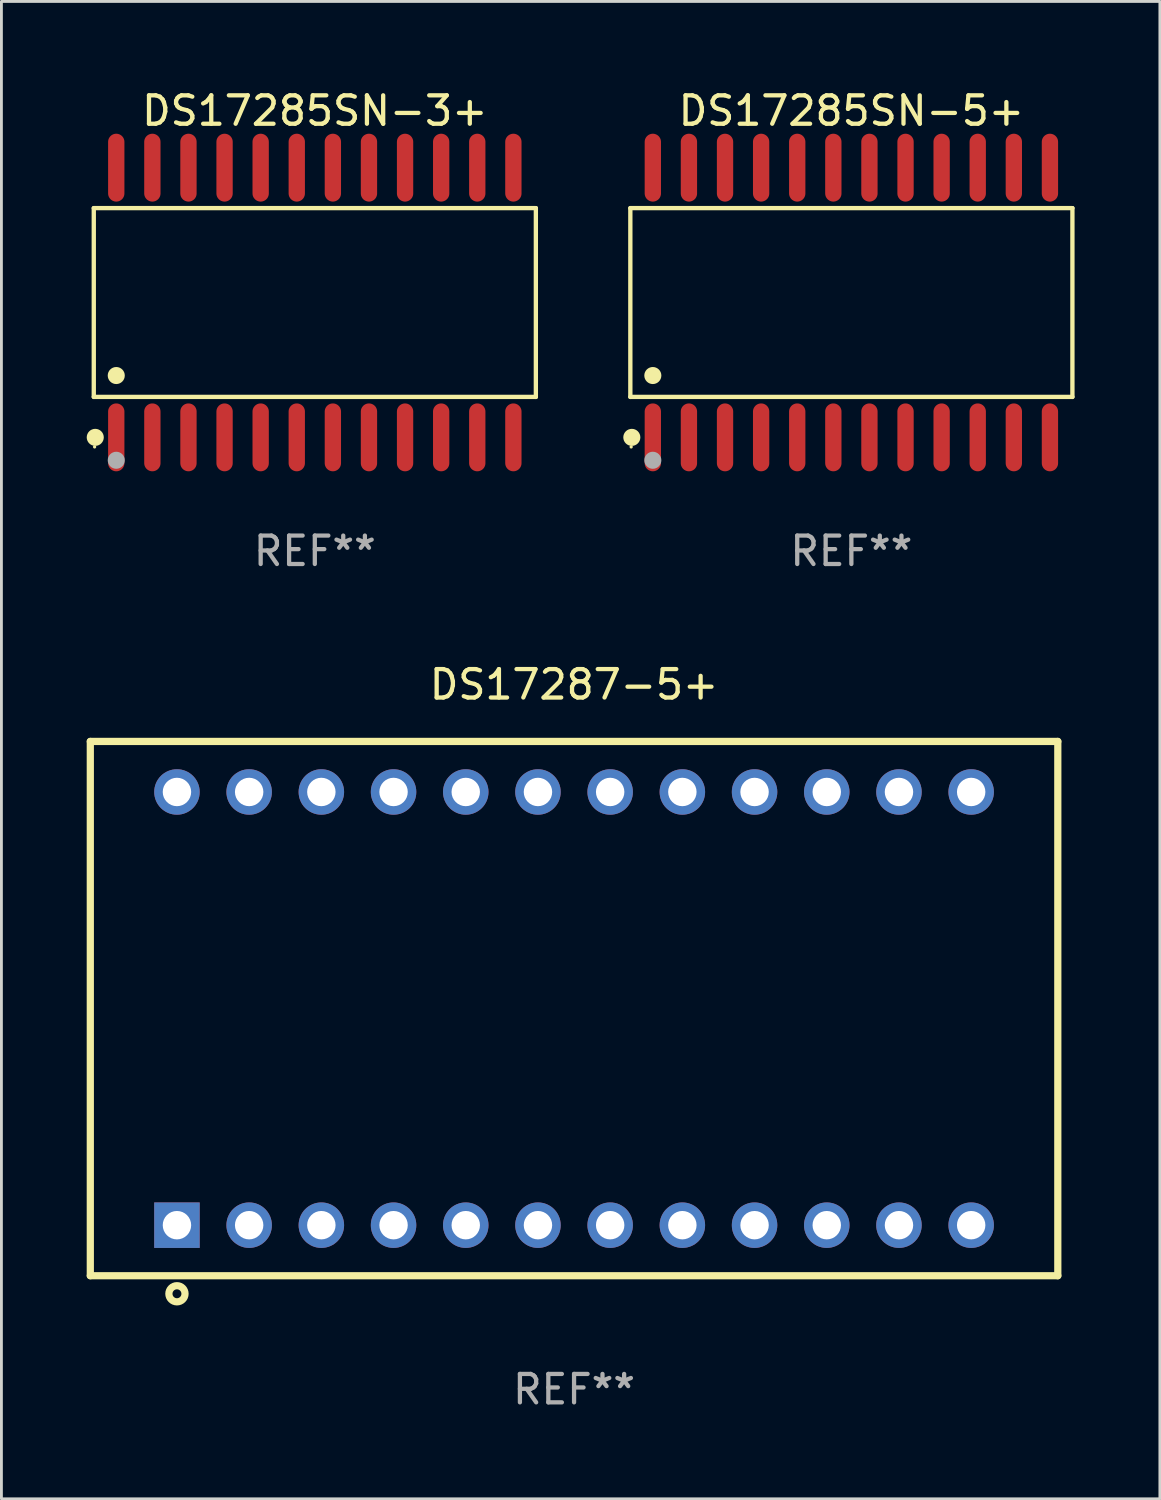
<source format=kicad_pcb>
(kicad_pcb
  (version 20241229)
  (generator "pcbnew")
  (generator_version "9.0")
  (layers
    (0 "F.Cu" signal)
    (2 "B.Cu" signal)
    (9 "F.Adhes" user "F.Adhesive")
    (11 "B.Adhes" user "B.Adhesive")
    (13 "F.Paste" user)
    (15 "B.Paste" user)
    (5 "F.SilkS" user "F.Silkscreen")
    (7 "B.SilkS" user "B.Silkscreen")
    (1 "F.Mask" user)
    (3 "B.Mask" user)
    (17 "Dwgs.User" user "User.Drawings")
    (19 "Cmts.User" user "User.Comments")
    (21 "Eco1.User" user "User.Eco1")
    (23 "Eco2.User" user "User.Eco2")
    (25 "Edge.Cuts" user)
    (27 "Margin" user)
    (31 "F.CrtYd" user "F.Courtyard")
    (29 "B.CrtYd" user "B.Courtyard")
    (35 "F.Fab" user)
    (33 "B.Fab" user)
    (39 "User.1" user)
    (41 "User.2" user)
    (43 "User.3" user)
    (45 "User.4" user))
  (footprint "DS17285SN-3+"
    (layer "F.Cu")
    (at 8.025 7.592)
    (property "Reference" "DS17285SN-3+" (at 0 -6.744 0) (layer "F.SilkS") (effects (font (size 1 1) (thickness 0.15))))
    (attr through_hole)
    (fp_line (start -7.776 -3.321) (end 7.776 -3.321) (stroke (width 0.152) (type solid)) (layer "F.SilkS"))
    (fp_line (start -7.776 3.321) (end -7.776 -3.321) (stroke (width 0.152) (type solid)) (layer "F.SilkS"))
    (fp_line (start 7.776 -3.321) (end 7.776 3.321) (stroke (width 0.152) (type solid)) (layer "F.SilkS"))
    (fp_line (start 7.776 3.321) (end -7.776 3.321) (stroke (width 0.152) (type solid)) (layer "F.SilkS"))
    (fp_circle (center -7.747 5.08) (end -7.717 5.08) (stroke (width 0.06) (type solid)) (fill no) (layer "F.SilkS"))
    (fp_circle (center -7.724 4.744) (end -7.574 4.744) (stroke (width 0.3) (type solid)) (fill no) (layer "F.SilkS"))
    (fp_circle (center -6.985 2.569) (end -6.835 2.569) (stroke (width 0.3) (type solid)) (fill no) (layer "F.SilkS"))
    (fp_circle (center -6.985 5.55) (end -6.835 5.55) (stroke (width 0.3) (type solid)) (fill no) (layer "F.Fab"))
    (fp_text user "REF**" (at 0 8.744 0) (layer "F.Fab") (effects (font (size 1 1) (thickness 0.15))))
    (pad "1" smd oval (at -6.985 4.744) (size 0.574 2.388) (layers "F.Cu" "F.Mask" "F.Paste"))
    (pad "2" smd oval (at -5.715 4.744) (size 0.574 2.388) (layers "F.Cu" "F.Mask" "F.Paste"))
    (pad "3" smd oval (at -4.445 4.744) (size 0.574 2.388) (layers "F.Cu" "F.Mask" "F.Paste"))
    (pad "4" smd oval (at -3.175 4.744) (size 0.574 2.388) (layers "F.Cu" "F.Mask" "F.Paste"))
    (pad "5" smd oval (at -1.905 4.744) (size 0.574 2.388) (layers "F.Cu" "F.Mask" "F.Paste"))
    (pad "6" smd oval (at -0.635 4.744) (size 0.574 2.388) (layers "F.Cu" "F.Mask" "F.Paste"))
    (pad "7" smd oval (at 0.635 4.744) (size 0.574 2.388) (layers "F.Cu" "F.Mask" "F.Paste"))
    (pad "8" smd oval (at 1.905 4.744) (size 0.574 2.388) (layers "F.Cu" "F.Mask" "F.Paste"))
    (pad "9" smd oval (at 3.175 4.744) (size 0.574 2.388) (layers "F.Cu" "F.Mask" "F.Paste"))
    (pad "10" smd oval (at 4.445 4.744) (size 0.574 2.388) (layers "F.Cu" "F.Mask" "F.Paste"))
    (pad "11" smd oval (at 5.715 4.744) (size 0.574 2.388) (layers "F.Cu" "F.Mask" "F.Paste"))
    (pad "12" smd oval (at 6.985 4.744) (size 0.574 2.388) (layers "F.Cu" "F.Mask" "F.Paste"))
    (pad "13" smd oval (at 6.985 -4.744) (size 0.574 2.388) (layers "F.Cu" "F.Mask" "F.Paste"))
    (pad "14" smd oval (at 5.715 -4.744) (size 0.574 2.388) (layers "F.Cu" "F.Mask" "F.Paste"))
    (pad "15" smd oval (at 4.445 -4.744) (size 0.574 2.388) (layers "F.Cu" "F.Mask" "F.Paste"))
    (pad "16" smd oval (at 3.175 -4.744) (size 0.574 2.388) (layers "F.Cu" "F.Mask" "F.Paste"))
    (pad "17" smd oval (at 1.905 -4.744) (size 0.574 2.388) (layers "F.Cu" "F.Mask" "F.Paste"))
    (pad "18" smd oval (at 0.635 -4.744) (size 0.574 2.388) (layers "F.Cu" "F.Mask" "F.Paste"))
    (pad "19" smd oval (at -0.635 -4.744) (size 0.574 2.388) (layers "F.Cu" "F.Mask" "F.Paste"))
    (pad "20" smd oval (at -1.905 -4.744) (size 0.574 2.388) (layers "F.Cu" "F.Mask" "F.Paste"))
    (pad "21" smd oval (at -3.175 -4.744) (size 0.574 2.388) (layers "F.Cu" "F.Mask" "F.Paste"))
    (pad "22" smd oval (at -4.445 -4.744) (size 0.574 2.388) (layers "F.Cu" "F.Mask" "F.Paste"))
    (pad "23" smd oval (at -5.715 -4.744) (size 0.574 2.388) (layers "F.Cu" "F.Mask" "F.Paste"))
    (pad "24" smd oval (at -6.985 -4.744) (size 0.574 2.388) (layers "F.Cu" "F.Mask" "F.Paste")))
  (footprint "DS17287-5+"
    (layer "F.Cu")
    (at 17.145 32.431)
    (property "Reference" "DS17287-5+" (at 0 -11.398 0) (layer "F.SilkS") (effects (font (size 1 1) (thickness 0.15))))
    (attr through_hole)
    (fp_line (start -17.018 -9.398) (end -17.018 9.398) (stroke (width 0.254) (type solid)) (layer "F.SilkS"))
    (fp_line (start -17.018 -9.398) (end 17.018 -9.398) (stroke (width 0.254) (type solid)) (layer "F.SilkS"))
    (fp_line (start -17.018 9.398) (end 17.018 9.398) (stroke (width 0.254) (type solid)) (layer "F.SilkS"))
    (fp_line (start 17.018 -9.398) (end 17.018 9.398) (stroke (width 0.254) (type solid)) (layer "F.SilkS"))
    (fp_circle (center -13.97 10.033) (end -13.686 10.033) (stroke (width 0.254) (type solid)) (fill no) (layer "F.SilkS"))
    (fp_text user "REF**" (at 0 13.398 0) (layer "F.Fab") (effects (font (size 1 1) (thickness 0.15))))
    (pad "1" thru_hole rect (at -13.97 7.62) (size 1.6 1.6) (drill 1) (layers "*.Cu" "*.Mask"))
    (pad "2" thru_hole circle (at -11.43 7.62) (size 1.6 1.6) (drill 1) (layers "*.Cu" "*.Mask"))
    (pad "3" thru_hole circle (at -8.89 7.62) (size 1.6 1.6) (drill 1) (layers "*.Cu" "*.Mask"))
    (pad "4" thru_hole circle (at -6.35 7.62) (size 1.6 1.6) (drill 1) (layers "*.Cu" "*.Mask"))
    (pad "5" thru_hole circle (at -3.81 7.62) (size 1.6 1.6) (drill 1) (layers "*.Cu" "*.Mask"))
    (pad "6" thru_hole circle (at -1.27 7.62) (size 1.6 1.6) (drill 1) (layers "*.Cu" "*.Mask"))
    (pad "7" thru_hole circle (at 1.27 7.62) (size 1.6 1.6) (drill 1) (layers "*.Cu" "*.Mask"))
    (pad "8" thru_hole circle (at 3.81 7.62) (size 1.6 1.6) (drill 1) (layers "*.Cu" "*.Mask"))
    (pad "9" thru_hole circle (at 6.35 7.62) (size 1.6 1.6) (drill 1) (layers "*.Cu" "*.Mask"))
    (pad "10" thru_hole circle (at 8.89 7.62) (size 1.6 1.6) (drill 1) (layers "*.Cu" "*.Mask"))
    (pad "11" thru_hole circle (at 11.43 7.62) (size 1.6 1.6) (drill 1) (layers "*.Cu" "*.Mask"))
    (pad "12" thru_hole circle (at 13.97 7.62) (size 1.6 1.6) (drill 1) (layers "*.Cu" "*.Mask"))
    (pad "13" thru_hole circle (at 13.97 -7.62) (size 1.6 1.6) (drill 1) (layers "*.Cu" "*.Mask"))
    (pad "14" thru_hole circle (at 11.43 -7.62) (size 1.6 1.6) (drill 1) (layers "*.Cu" "*.Mask"))
    (pad "15" thru_hole circle (at 8.89 -7.62) (size 1.6 1.6) (drill 1) (layers "*.Cu" "*.Mask"))
    (pad "16" thru_hole circle (at 6.35 -7.62) (size 1.6 1.6) (drill 1) (layers "*.Cu" "*.Mask"))
    (pad "17" thru_hole circle (at 3.81 -7.62) (size 1.6 1.6) (drill 1) (layers "*.Cu" "*.Mask"))
    (pad "18" thru_hole circle (at 1.27 -7.62) (size 1.6 1.6) (drill 1) (layers "*.Cu" "*.Mask"))
    (pad "19" thru_hole circle (at -1.27 -7.62) (size 1.6 1.6) (drill 1) (layers "*.Cu" "*.Mask"))
    (pad "20" thru_hole circle (at -3.81 -7.62) (size 1.6 1.6) (drill 1) (layers "*.Cu" "*.Mask"))
    (pad "21" thru_hole circle (at -6.35 -7.62) (size 1.6 1.6) (drill 1) (layers "*.Cu" "*.Mask"))
    (pad "22" thru_hole circle (at -8.89 -7.62) (size 1.6 1.6) (drill 1) (layers "*.Cu" "*.Mask"))
    (pad "23" thru_hole circle (at -11.43 -7.62) (size 1.6 1.6) (drill 1) (layers "*.Cu" "*.Mask"))
    (pad "24" thru_hole circle (at -13.97 -7.62) (size 1.6 1.6) (drill 1) (layers "*.Cu" "*.Mask")))
  (footprint "DS17285SN-5+"
    (layer "F.Cu")
    (at 26.901 7.592)
    (property "Reference" "DS17285SN-5+" (at 0 -6.744 0) (layer "F.SilkS") (effects (font (size 1 1) (thickness 0.15))))
    (attr through_hole)
    (fp_line (start -7.776 -3.321) (end 7.776 -3.321) (stroke (width 0.152) (type solid)) (layer "F.SilkS"))
    (fp_line (start -7.776 3.321) (end -7.776 -3.321) (stroke (width 0.152) (type solid)) (layer "F.SilkS"))
    (fp_line (start 7.776 -3.321) (end 7.776 3.321) (stroke (width 0.152) (type solid)) (layer "F.SilkS"))
    (fp_line (start 7.776 3.321) (end -7.776 3.321) (stroke (width 0.152) (type solid)) (layer "F.SilkS"))
    (fp_circle (center -7.747 5.08) (end -7.717 5.08) (stroke (width 0.06) (type solid)) (fill no) (layer "F.SilkS"))
    (fp_circle (center -7.724 4.744) (end -7.574 4.744) (stroke (width 0.3) (type solid)) (fill no) (layer "F.SilkS"))
    (fp_circle (center -6.985 2.569) (end -6.835 2.569) (stroke (width 0.3) (type solid)) (fill no) (layer "F.SilkS"))
    (fp_circle (center -6.985 5.55) (end -6.835 5.55) (stroke (width 0.3) (type solid)) (fill no) (layer "F.Fab"))
    (fp_text user "REF**" (at 0 8.744 0) (layer "F.Fab") (effects (font (size 1 1) (thickness 0.15))))
    (pad "1" smd oval (at -6.985 4.744) (size 0.574 2.388) (layers "F.Cu" "F.Mask" "F.Paste"))
    (pad "2" smd oval (at -5.715 4.744) (size 0.574 2.388) (layers "F.Cu" "F.Mask" "F.Paste"))
    (pad "3" smd oval (at -4.445 4.744) (size 0.574 2.388) (layers "F.Cu" "F.Mask" "F.Paste"))
    (pad "4" smd oval (at -3.175 4.744) (size 0.574 2.388) (layers "F.Cu" "F.Mask" "F.Paste"))
    (pad "5" smd oval (at -1.905 4.744) (size 0.574 2.388) (layers "F.Cu" "F.Mask" "F.Paste"))
    (pad "6" smd oval (at -0.635 4.744) (size 0.574 2.388) (layers "F.Cu" "F.Mask" "F.Paste"))
    (pad "7" smd oval (at 0.635 4.744) (size 0.574 2.388) (layers "F.Cu" "F.Mask" "F.Paste"))
    (pad "8" smd oval (at 1.905 4.744) (size 0.574 2.388) (layers "F.Cu" "F.Mask" "F.Paste"))
    (pad "9" smd oval (at 3.175 4.744) (size 0.574 2.388) (layers "F.Cu" "F.Mask" "F.Paste"))
    (pad "10" smd oval (at 4.445 4.744) (size 0.574 2.388) (layers "F.Cu" "F.Mask" "F.Paste"))
    (pad "11" smd oval (at 5.715 4.744) (size 0.574 2.388) (layers "F.Cu" "F.Mask" "F.Paste"))
    (pad "12" smd oval (at 6.985 4.744) (size 0.574 2.388) (layers "F.Cu" "F.Mask" "F.Paste"))
    (pad "13" smd oval (at 6.985 -4.744) (size 0.574 2.388) (layers "F.Cu" "F.Mask" "F.Paste"))
    (pad "14" smd oval (at 5.715 -4.744) (size 0.574 2.388) (layers "F.Cu" "F.Mask" "F.Paste"))
    (pad "15" smd oval (at 4.445 -4.744) (size 0.574 2.388) (layers "F.Cu" "F.Mask" "F.Paste"))
    (pad "16" smd oval (at 3.175 -4.744) (size 0.574 2.388) (layers "F.Cu" "F.Mask" "F.Paste"))
    (pad "17" smd oval (at 1.905 -4.744) (size 0.574 2.388) (layers "F.Cu" "F.Mask" "F.Paste"))
    (pad "18" smd oval (at 0.635 -4.744) (size 0.574 2.388) (layers "F.Cu" "F.Mask" "F.Paste"))
    (pad "19" smd oval (at -0.635 -4.744) (size 0.574 2.388) (layers "F.Cu" "F.Mask" "F.Paste"))
    (pad "20" smd oval (at -1.905 -4.744) (size 0.574 2.388) (layers "F.Cu" "F.Mask" "F.Paste"))
    (pad "21" smd oval (at -3.175 -4.744) (size 0.574 2.388) (layers "F.Cu" "F.Mask" "F.Paste"))
    (pad "22" smd oval (at -4.445 -4.744) (size 0.574 2.388) (layers "F.Cu" "F.Mask" "F.Paste"))
    (pad "23" smd oval (at -5.715 -4.744) (size 0.574 2.388) (layers "F.Cu" "F.Mask" "F.Paste"))
    (pad "24" smd oval (at -6.985 -4.744) (size 0.574 2.388) (layers "F.Cu" "F.Mask" "F.Paste")))
  (gr_rect
    (start -3 -3)
    (end 37.754 49.677)
    (stroke (width 0.1) (type default))
    (fill no)
    (layer "Edge.Cuts")))
</source>
